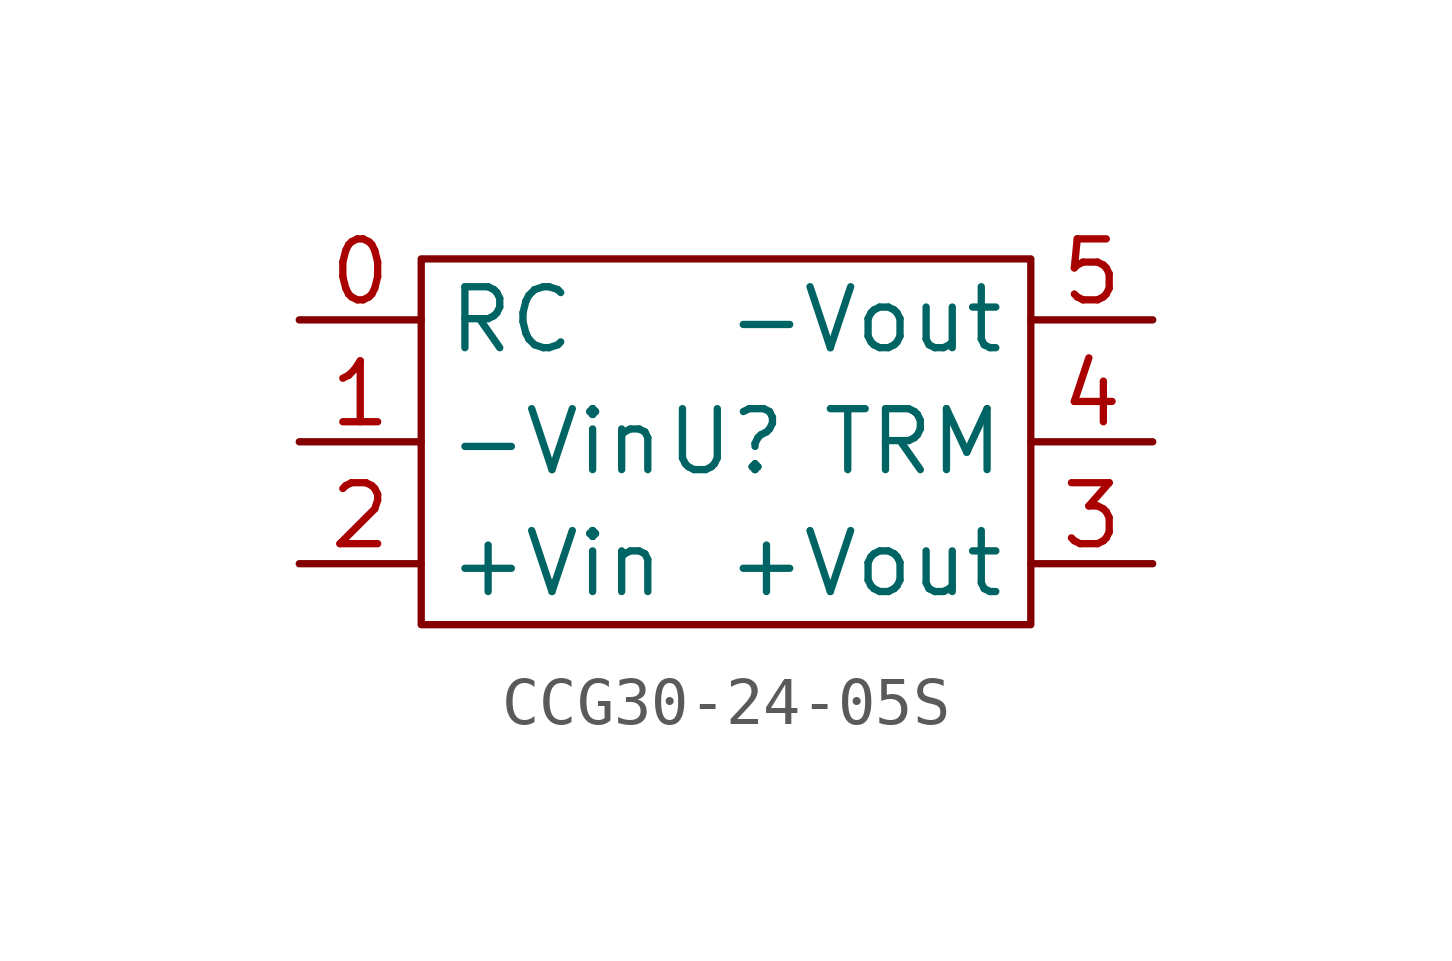
<source format=kicad_sym>
(kicad_symbol_lib
  (version 20231120)
  (generator "kicad_symbol_editor")
  (generator_version "8.0")
  (symbol "CCG30-24-05S"
    (property "Reference" "U"
      (at 0 0 0)
      (effects (font (size 1.27 1.27))))
    (property "Value" ""
      (at 0 0 0)
      (effects (font (size 1.27 1.27))))
    (symbol "CCG30-24-05S_1_1"
      (rectangle (start -6.35 3.81) (end 6.35 -3.81) (stroke (width 0) (type default)) (fill (type none)))
      (pin passive line (at -8.89 2.54 0) (length 2.54) (name "RC" (effects (font (size 1.27 1.27)))) (number "0" (effects (font (size 1.27 1.27)))))
      (pin passive line (at -8.89 0 0) (length 2.54) (name "-Vin" (effects (font (size 1.27 1.27)))) (number "1" (effects (font (size 1.27 1.27)))))
      (pin power_in line (at -8.89 -2.54 0) (length 2.54) (name "+Vin" (effects (font (size 1.27 1.27)))) (number "2" (effects (font (size 1.27 1.27)))))
      (pin power_out line (at 8.89 -2.54 180) (length 2.54) (name "+Vout" (effects (font (size 1.27 1.27)))) (number "3" (effects (font (size 1.27 1.27)))))
      (pin passive line (at 8.89 0 180) (length 2.54) (name "TRM" (effects (font (size 1.27 1.27)))) (number "4" (effects (font (size 1.27 1.27)))))
      (pin power_out line (at 8.89 2.54 180) (length 2.54) (name "-Vout" (effects (font (size 1.27 1.27)))) (number "5" (effects (font (size 1.27 1.27))))))))
</source>
